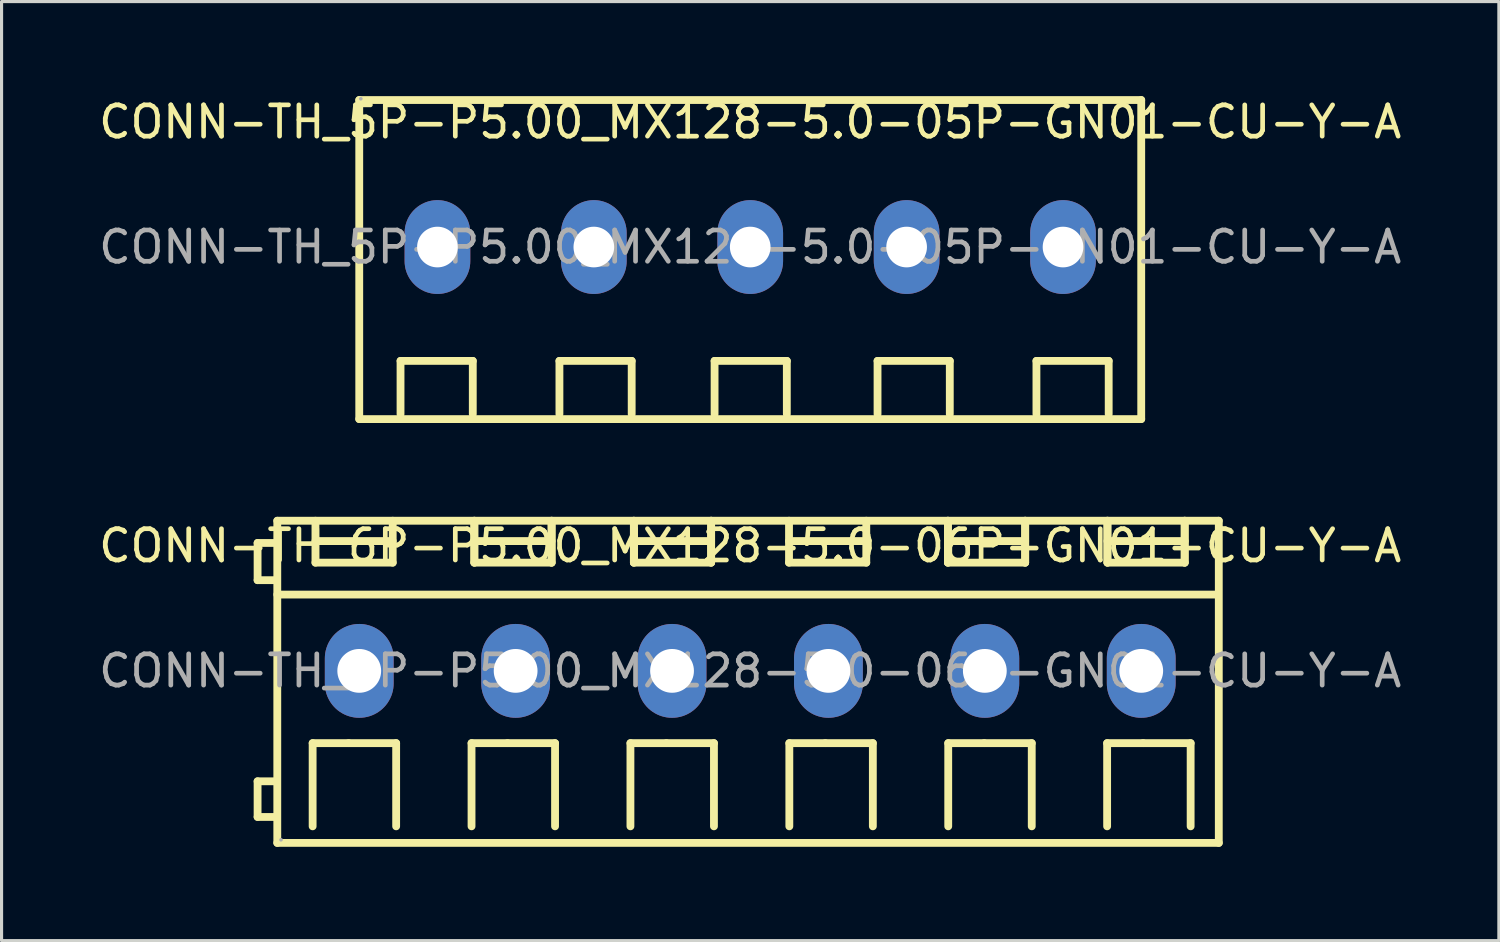
<source format=kicad_pcb>
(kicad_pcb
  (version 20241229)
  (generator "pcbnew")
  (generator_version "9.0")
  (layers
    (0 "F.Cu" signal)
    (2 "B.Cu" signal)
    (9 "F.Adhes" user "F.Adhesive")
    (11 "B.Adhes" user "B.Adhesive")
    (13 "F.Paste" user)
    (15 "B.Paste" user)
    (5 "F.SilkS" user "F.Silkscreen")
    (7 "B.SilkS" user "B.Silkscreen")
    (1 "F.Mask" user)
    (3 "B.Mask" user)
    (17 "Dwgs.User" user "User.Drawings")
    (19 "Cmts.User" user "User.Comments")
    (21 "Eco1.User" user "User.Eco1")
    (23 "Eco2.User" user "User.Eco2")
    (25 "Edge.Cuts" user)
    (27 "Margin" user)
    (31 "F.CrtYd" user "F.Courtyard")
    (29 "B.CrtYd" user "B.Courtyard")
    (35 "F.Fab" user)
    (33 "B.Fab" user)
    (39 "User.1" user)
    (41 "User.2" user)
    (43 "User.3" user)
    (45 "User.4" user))
  (footprint "CONN-TH_5P-P5.00_MX128-5.0-05P-GN01-CU-Y-A"
    (layer "F.Cu")
    (at 20.935 4.848)
    (property "Reference" "CONN-TH_5P-P5.00_MX128-5.0-05P-GN01-CU-Y-A" (at 0 -4 0) (layer "F.SilkS") (effects (font (size 1 1) (thickness 0.15))))
    (attr through_hole)
    (fp_line (start -12.5 5.5) (end -12.5 -4.7) (stroke (width 0.25) (type solid)) (layer "F.SilkS"))
    (fp_line (start -12.5 5.5) (end 12.5 5.5) (stroke (width 0.25) (type solid)) (layer "F.SilkS"))
    (fp_line (start -11.18 3.64) (end -8.87 3.64) (stroke (width 0.25) (type solid)) (layer "F.SilkS"))
    (fp_line (start -11.18 5.34) (end -11.18 3.64) (stroke (width 0.25) (type solid)) (layer "F.SilkS"))
    (fp_line (start -8.87 3.64) (end -8.87 5.34) (stroke (width 0.25) (type solid)) (layer "F.SilkS"))
    (fp_line (start -6.1 3.64) (end -3.79 3.64) (stroke (width 0.25) (type solid)) (layer "F.SilkS"))
    (fp_line (start -6.1 5.34) (end -6.1 3.64) (stroke (width 0.25) (type solid)) (layer "F.SilkS"))
    (fp_line (start -3.79 3.64) (end -3.79 5.34) (stroke (width 0.25) (type solid)) (layer "F.SilkS"))
    (fp_line (start -1.14 3.64) (end 1.17 3.64) (stroke (width 0.25) (type solid)) (layer "F.SilkS"))
    (fp_line (start -1.14 5.34) (end -1.14 3.64) (stroke (width 0.25) (type solid)) (layer "F.SilkS"))
    (fp_line (start 1.17 3.64) (end 1.17 5.34) (stroke (width 0.25) (type solid)) (layer "F.SilkS"))
    (fp_line (start 4.07 3.64) (end 6.38 3.64) (stroke (width 0.25) (type solid)) (layer "F.SilkS"))
    (fp_line (start 4.07 5.34) (end 4.07 3.64) (stroke (width 0.25) (type solid)) (layer "F.SilkS"))
    (fp_line (start 6.38 3.64) (end 6.38 5.34) (stroke (width 0.25) (type solid)) (layer "F.SilkS"))
    (fp_line (start 9.15 3.64) (end 11.46 3.64) (stroke (width 0.25) (type solid)) (layer "F.SilkS"))
    (fp_line (start 9.15 5.34) (end 9.15 3.64) (stroke (width 0.25) (type solid)) (layer "F.SilkS"))
    (fp_line (start 11.46 3.64) (end 11.46 5.34) (stroke (width 0.25) (type solid)) (layer "F.SilkS"))
    (fp_line (start 12.5 -4.7) (end -12.5 -4.7) (stroke (width 0.25) (type solid)) (layer "F.SilkS"))
    (fp_line (start 12.5 -4.7) (end 12.5 5.5) (stroke (width 0.25) (type solid)) (layer "F.SilkS"))
    (fp_circle (center -12.45 -4.74) (end -12.42 -4.74) (stroke (width 0.06) (type solid)) (fill no) (layer "F.Fab"))
    (fp_text user "${REFERENCE}" (at 0 0 0) (layer "F.Fab") (effects (font (size 1 1) (thickness 0.15))))
    (pad "1" thru_hole oval (at -10 0 90) (size 3 2.1) (drill 1.3) (layers "*.Cu" "*.Mask"))
    (pad "2" thru_hole oval (at -5 0 90) (size 3 2.1) (drill 1.3) (layers "*.Cu" "*.Mask"))
    (pad "3" thru_hole oval (at 0 0 90) (size 3 2.1) (drill 1.3) (layers "*.Cu" "*.Mask"))
    (pad "4" thru_hole oval (at 5 0 90) (size 3 2.1) (drill 1.3) (layers "*.Cu" "*.Mask"))
    (pad "5" thru_hole oval (at 10 0 90) (size 3 2.1) (drill 1.3) (layers "*.Cu" "*.Mask")))
  (footprint "CONN-TH_6P-P5.00_MX128-5.0-06P-GN01-CU-Y-A"
    (layer "F.Cu")
    (at 20.935 18.398)
    (property "Reference" "CONN-TH_6P-P5.00_MX128-5.0-06P-GN01-CU-Y-A" (at 0 -4 0) (layer "F.SilkS") (effects (font (size 1 1) (thickness 0.15))))
    (attr through_hole)
    (fp_line (start -15.75 -4.09) (end -15.15 -4.09) (stroke (width 0.25) (type solid)) (layer "F.SilkS"))
    (fp_line (start -15.75 -2.9) (end -15.75 -4.09) (stroke (width 0.25) (type solid)) (layer "F.SilkS"))
    (fp_line (start -15.75 3.53) (end -15.15 3.53) (stroke (width 0.25) (type solid)) (layer "F.SilkS"))
    (fp_line (start -15.75 4.67) (end -15.75 3.53) (stroke (width 0.25) (type solid)) (layer "F.SilkS"))
    (fp_line (start -15.15 -2.9) (end -15.75 -2.9) (stroke (width 0.25) (type solid)) (layer "F.SilkS"))
    (fp_line (start -15.15 4.67) (end -15.75 4.67) (stroke (width 0.25) (type solid)) (layer "F.SilkS"))
    (fp_line (start -15.12 -4.8) (end -15.12 5.5) (stroke (width 0.25) (type solid)) (layer "F.SilkS"))
    (fp_line (start -15.12 -4.8) (end 14.98 -4.8) (stroke (width 0.25) (type solid)) (layer "F.SilkS"))
    (fp_line (start -15.12 -2.44) (end 14.9 -2.44) (stroke (width 0.25) (type solid)) (layer "F.SilkS"))
    (fp_line (start -15.12 5.5) (end 14.98 5.5) (stroke (width 0.25) (type solid)) (layer "F.SilkS"))
    (fp_line (start -13.99 2.31) (end -12.84 2.31) (stroke (width 0.25) (type solid)) (layer "F.SilkS"))
    (fp_line (start -13.99 4.97) (end -13.99 2.31) (stroke (width 0.25) (type solid)) (layer "F.SilkS"))
    (fp_line (start -13.9 -4.8) (end -13.9 -3.46) (stroke (width 0.25) (type solid)) (layer "F.SilkS"))
    (fp_line (start -13.9 -4.15) (end -11.43 -4.15) (stroke (width 0.25) (type solid)) (layer "F.SilkS"))
    (fp_line (start -13.9 -3.46) (end -11.43 -3.46) (stroke (width 0.25) (type solid)) (layer "F.SilkS"))
    (fp_line (start -12.84 2.31) (end -11.32 2.31) (stroke (width 0.25) (type solid)) (layer "F.SilkS"))
    (fp_line (start -11.43 -3.46) (end -11.43 -4.8) (stroke (width 0.25) (type solid)) (layer "F.SilkS"))
    (fp_line (start -11.32 2.31) (end -11.32 4.97) (stroke (width 0.25) (type solid)) (layer "F.SilkS"))
    (fp_line (start -8.91 2.31) (end -7.76 2.31) (stroke (width 0.25) (type solid)) (layer "F.SilkS"))
    (fp_line (start -8.91 4.97) (end -8.91 2.31) (stroke (width 0.25) (type solid)) (layer "F.SilkS"))
    (fp_line (start -8.82 -4.8) (end -8.82 -3.46) (stroke (width 0.25) (type solid)) (layer "F.SilkS"))
    (fp_line (start -8.82 -4.8) (end -8.82 -3.46) (stroke (width 0.25) (type solid)) (layer "F.SilkS"))
    (fp_line (start -8.82 -4.15) (end -6.35 -4.15) (stroke (width 0.25) (type solid)) (layer "F.SilkS"))
    (fp_line (start -8.82 -3.46) (end -6.35 -3.46) (stroke (width 0.25) (type solid)) (layer "F.SilkS"))
    (fp_line (start -7.76 2.31) (end -6.24 2.31) (stroke (width 0.25) (type solid)) (layer "F.SilkS"))
    (fp_line (start -6.35 -3.46) (end -6.35 -4.8) (stroke (width 0.25) (type solid)) (layer "F.SilkS"))
    (fp_line (start -6.35 -3.46) (end -6.35 -4.8) (stroke (width 0.25) (type solid)) (layer "F.SilkS"))
    (fp_line (start -6.24 2.31) (end -6.24 4.97) (stroke (width 0.25) (type solid)) (layer "F.SilkS"))
    (fp_line (start -3.83 2.31) (end -2.68 2.31) (stroke (width 0.25) (type solid)) (layer "F.SilkS"))
    (fp_line (start -3.83 4.97) (end -3.83 2.31) (stroke (width 0.25) (type solid)) (layer "F.SilkS"))
    (fp_line (start -3.72 -4.8) (end -3.72 -3.46) (stroke (width 0.25) (type solid)) (layer "F.SilkS"))
    (fp_line (start -3.72 -4.8) (end -3.72 -3.46) (stroke (width 0.25) (type solid)) (layer "F.SilkS"))
    (fp_line (start -3.72 -4.15) (end -1.25 -4.15) (stroke (width 0.25) (type solid)) (layer "F.SilkS"))
    (fp_line (start -3.72 -3.46) (end -1.25 -3.46) (stroke (width 0.25) (type solid)) (layer "F.SilkS"))
    (fp_line (start -2.68 2.31) (end -1.16 2.31) (stroke (width 0.25) (type solid)) (layer "F.SilkS"))
    (fp_line (start -1.25 -3.46) (end -1.25 -4.8) (stroke (width 0.25) (type solid)) (layer "F.SilkS"))
    (fp_line (start -1.25 -3.46) (end -1.25 -4.8) (stroke (width 0.25) (type solid)) (layer "F.SilkS"))
    (fp_line (start -1.16 2.31) (end -1.16 4.97) (stroke (width 0.25) (type solid)) (layer "F.SilkS"))
    (fp_line (start 1.24 -4.8) (end 1.24 -3.46) (stroke (width 0.25) (type solid)) (layer "F.SilkS"))
    (fp_line (start 1.24 -4.15) (end 3.71 -4.15) (stroke (width 0.25) (type solid)) (layer "F.SilkS"))
    (fp_line (start 1.24 -3.46) (end 3.71 -3.46) (stroke (width 0.25) (type solid)) (layer "F.SilkS"))
    (fp_line (start 1.25 2.31) (end 2.4 2.31) (stroke (width 0.25) (type solid)) (layer "F.SilkS"))
    (fp_line (start 1.25 4.97) (end 1.25 2.31) (stroke (width 0.25) (type solid)) (layer "F.SilkS"))
    (fp_line (start 2.4 2.31) (end 3.92 2.31) (stroke (width 0.25) (type solid)) (layer "F.SilkS"))
    (fp_line (start 3.71 -3.46) (end 3.71 -4.8) (stroke (width 0.25) (type solid)) (layer "F.SilkS"))
    (fp_line (start 3.92 2.31) (end 3.92 4.97) (stroke (width 0.25) (type solid)) (layer "F.SilkS"))
    (fp_line (start 6.32 -4.8) (end 6.32 -3.46) (stroke (width 0.25) (type solid)) (layer "F.SilkS"))
    (fp_line (start 6.32 -4.8) (end 6.32 -3.46) (stroke (width 0.25) (type solid)) (layer "F.SilkS"))
    (fp_line (start 6.32 -4.15) (end 8.79 -4.15) (stroke (width 0.25) (type solid)) (layer "F.SilkS"))
    (fp_line (start 6.32 -3.46) (end 8.79 -3.46) (stroke (width 0.25) (type solid)) (layer "F.SilkS"))
    (fp_line (start 6.33 2.31) (end 7.48 2.31) (stroke (width 0.25) (type solid)) (layer "F.SilkS"))
    (fp_line (start 6.33 4.97) (end 6.33 2.31) (stroke (width 0.25) (type solid)) (layer "F.SilkS"))
    (fp_line (start 7.48 2.31) (end 9 2.31) (stroke (width 0.25) (type solid)) (layer "F.SilkS"))
    (fp_line (start 8.79 -3.46) (end 8.79 -4.8) (stroke (width 0.25) (type solid)) (layer "F.SilkS"))
    (fp_line (start 8.79 -3.46) (end 8.79 -4.8) (stroke (width 0.25) (type solid)) (layer "F.SilkS"))
    (fp_line (start 9 2.31) (end 9 4.97) (stroke (width 0.25) (type solid)) (layer "F.SilkS"))
    (fp_line (start 11.41 2.31) (end 12.56 2.31) (stroke (width 0.25) (type solid)) (layer "F.SilkS"))
    (fp_line (start 11.41 4.97) (end 11.41 2.31) (stroke (width 0.25) (type solid)) (layer "F.SilkS"))
    (fp_line (start 11.42 -4.8) (end 11.42 -3.46) (stroke (width 0.25) (type solid)) (layer "F.SilkS"))
    (fp_line (start 11.42 -4.8) (end 11.42 -3.46) (stroke (width 0.25) (type solid)) (layer "F.SilkS"))
    (fp_line (start 11.42 -4.15) (end 13.89 -4.15) (stroke (width 0.25) (type solid)) (layer "F.SilkS"))
    (fp_line (start 11.42 -3.46) (end 13.89 -3.46) (stroke (width 0.25) (type solid)) (layer "F.SilkS"))
    (fp_line (start 12.56 2.31) (end 14.08 2.31) (stroke (width 0.25) (type solid)) (layer "F.SilkS"))
    (fp_line (start 13.89 -3.46) (end 13.89 -4.8) (stroke (width 0.25) (type solid)) (layer "F.SilkS"))
    (fp_line (start 13.89 -3.46) (end 13.89 -4.8) (stroke (width 0.25) (type solid)) (layer "F.SilkS"))
    (fp_line (start 14.08 2.31) (end 14.08 4.97) (stroke (width 0.25) (type solid)) (layer "F.SilkS"))
    (fp_line (start 14.98 5.5) (end 14.98 -4.8) (stroke (width 0.25) (type solid)) (layer "F.SilkS"))
    (fp_circle (center -15 5.4) (end -14.97 5.4) (stroke (width 0.06) (type solid)) (fill no) (layer "F.Fab"))
    (fp_text user "${REFERENCE}" (at 0 0 0) (layer "F.Fab") (effects (font (size 1 1) (thickness 0.15))))
    (pad "1" thru_hole oval (at -12.5 0 90) (size 3 2.2) (drill 1.4) (layers "*.Cu" "*.Mask"))
    (pad "2" thru_hole oval (at -7.5 0 90) (size 3 2.2) (drill 1.4) (layers "*.Cu" "*.Mask"))
    (pad "3" thru_hole oval (at -2.5 0 90) (size 3 2.2) (drill 1.4) (layers "*.Cu" "*.Mask"))
    (pad "4" thru_hole oval (at 2.5 0 90) (size 3 2.2) (drill 1.4) (layers "*.Cu" "*.Mask"))
    (pad "5" thru_hole oval (at 7.5 0 90) (size 3 2.2) (drill 1.4) (layers "*.Cu" "*.Mask"))
    (pad "6" thru_hole oval (at 12.5 0 90) (size 3 2.2) (drill 1.4) (layers "*.Cu" "*.Mask")))
  (gr_rect
    (start -3 -3)
    (end 44.869 27.023)
    (stroke (width 0.1) (type default))
    (fill no)
    (layer "Edge.Cuts")))
</source>
